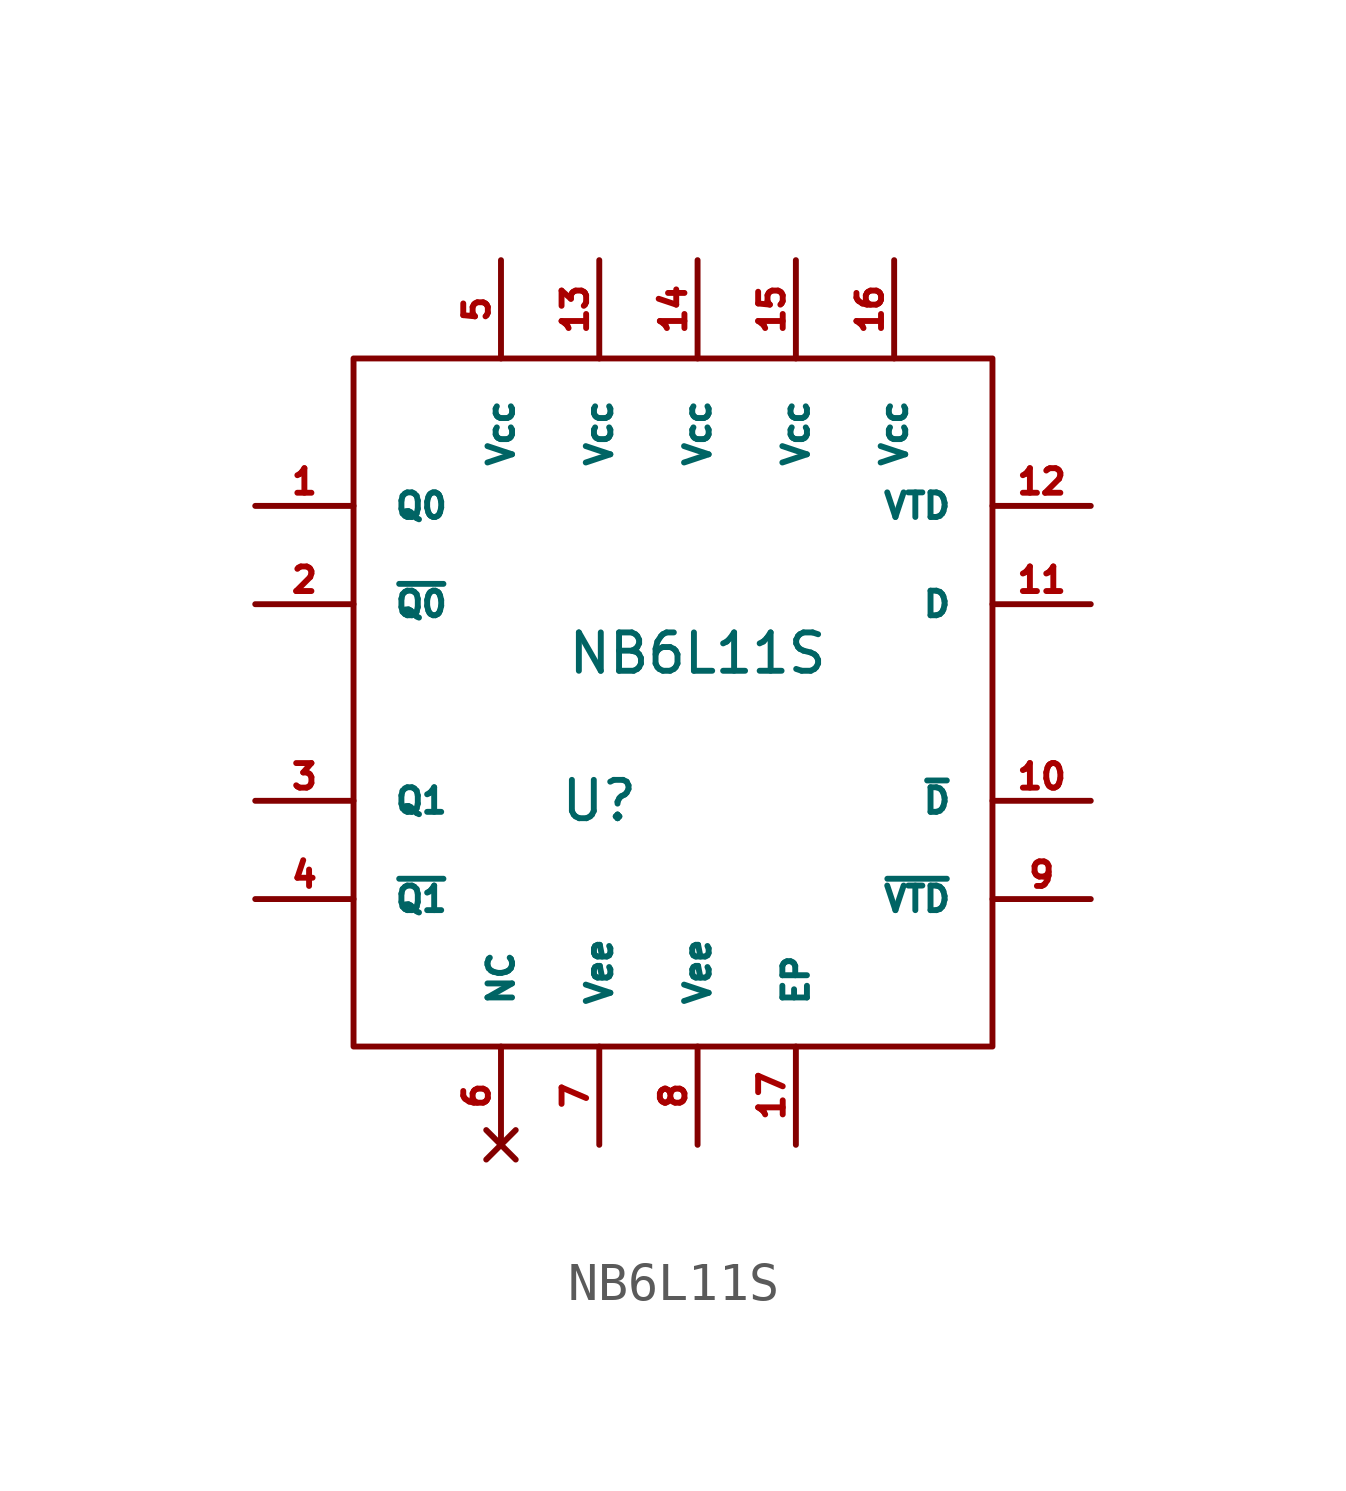
<source format=kicad_sym>
(kicad_symbol_lib
  (version 20241209)
  (generator "kicad_symbol_editor")
  (generator_version "9.0")
  (symbol "NB6L11S"
    (pin_names
      (offset 1.016))
    (property "Reference" "U"
      (at 3.81 -6.35 0)
      (effects (font (size 0.991 0.991))))
    (property "Value" "NB6L11S"
      (at 6.35 -2.54 0)
      (effects (font (size 0.991 0.991))))
    (symbol "NB6L11S_0_1"
      (rectangle (start -2.54 5.08) (end 13.97 -12.7) (stroke (width 0) (type solid)) (fill (type none))))
    (symbol "NB6L11S_1_1"
      (pin output line (at -5.08 1.27 0) (length 2.54) (name "Q0" (effects (font (size 0.635 0.635)))) (number "1" (effects (font (size 0.635 0.635)))))
      (pin output line (at -5.08 -1.27 0) (length 2.54) (name "~{Q0}" (effects (font (size 0.635 0.635)))) (number "2" (effects (font (size 0.635 0.635)))))
      (pin output line (at -5.08 -6.35 0) (length 2.54) (name "Q1" (effects (font (size 0.635 0.635)))) (number "3" (effects (font (size 0.635 0.635)))))
      (pin output line (at -5.08 -8.89 0) (length 2.54) (name "~{Q1}" (effects (font (size 0.635 0.635)))) (number "4" (effects (font (size 0.635 0.635)))))
      (pin power_in line (at 1.27 7.62 270) (length 2.54) (name "Vcc" (effects (font (size 0.635 0.635)))) (number "5" (effects (font (size 0.635 0.635)))))
      (pin no_connect line (at 1.27 -15.24 90) (length 2.54) (name "NC" (effects (font (size 0.635 0.635)))) (number "6" (effects (font (size 0.635 0.635)))))
      (pin power_in line (at 3.81 7.62 270) (length 2.54) (name "Vcc" (effects (font (size 0.635 0.635)))) (number "13" (effects (font (size 0.635 0.635)))))
      (pin power_in line (at 3.81 -15.24 90) (length 2.54) (name "Vee" (effects (font (size 0.635 0.635)))) (number "7" (effects (font (size 0.635 0.635)))))
      (pin power_in line (at 6.35 7.62 270) (length 2.54) (name "Vcc" (effects (font (size 0.635 0.635)))) (number "14" (effects (font (size 0.635 0.635)))))
      (pin power_in line (at 6.35 -15.24 90) (length 2.54) (name "Vee" (effects (font (size 0.635 0.635)))) (number "8" (effects (font (size 0.635 0.635)))))
      (pin power_in line (at 8.89 7.62 270) (length 2.54) (name "Vcc" (effects (font (size 0.635 0.635)))) (number "15" (effects (font (size 0.635 0.635)))))
      (pin power_in line (at 8.89 -15.24 90) (length 2.54) (name "EP" (effects (font (size 0.635 0.635)))) (number "17" (effects (font (size 0.635 0.635)))))
      (pin power_in line (at 11.43 7.62 270) (length 2.54) (name "Vcc" (effects (font (size 0.635 0.635)))) (number "16" (effects (font (size 0.635 0.635)))))
      (pin passive line (at 16.51 1.27 180) (length 2.54) (name "VTD" (effects (font (size 0.635 0.635)))) (number "12" (effects (font (size 0.635 0.635)))))
      (pin input line (at 16.51 -1.27 180) (length 2.54) (name "D" (effects (font (size 0.635 0.635)))) (number "11" (effects (font (size 0.635 0.635)))))
      (pin input line (at 16.51 -6.35 180) (length 2.54) (name "~{D}" (effects (font (size 0.635 0.635)))) (number "10" (effects (font (size 0.635 0.635)))))
      (pin passive line (at 16.51 -8.89 180) (length 2.54) (name "~{VTD}" (effects (font (size 0.635 0.635)))) (number "9" (effects (font (size 0.635 0.635))))))))
</source>
